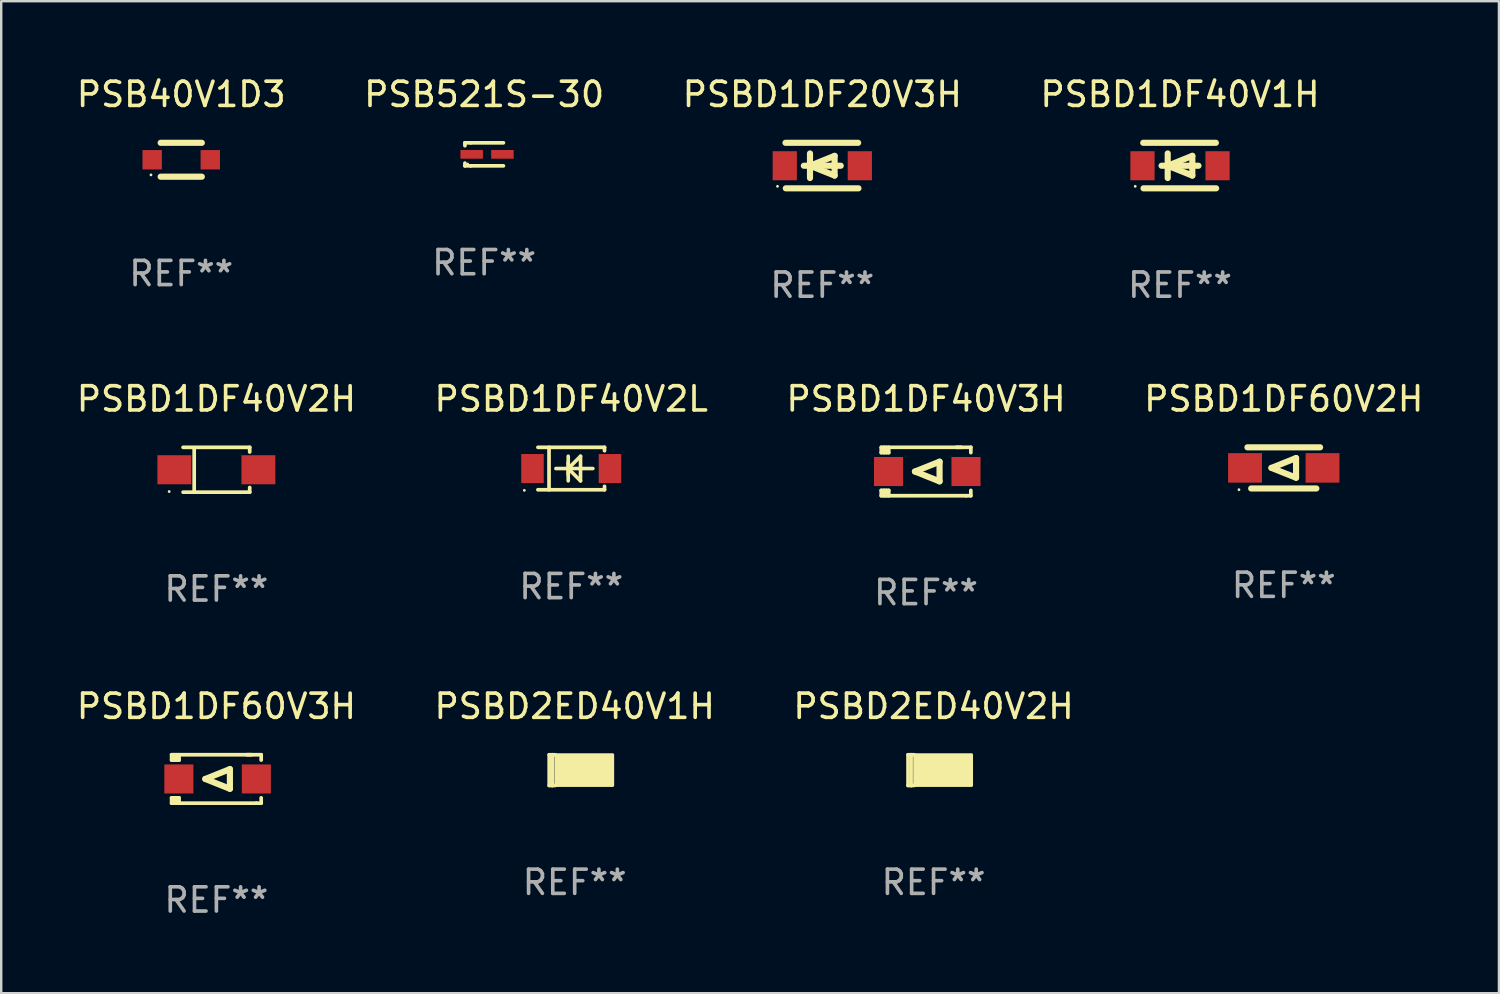
<source format=kicad_pcb>
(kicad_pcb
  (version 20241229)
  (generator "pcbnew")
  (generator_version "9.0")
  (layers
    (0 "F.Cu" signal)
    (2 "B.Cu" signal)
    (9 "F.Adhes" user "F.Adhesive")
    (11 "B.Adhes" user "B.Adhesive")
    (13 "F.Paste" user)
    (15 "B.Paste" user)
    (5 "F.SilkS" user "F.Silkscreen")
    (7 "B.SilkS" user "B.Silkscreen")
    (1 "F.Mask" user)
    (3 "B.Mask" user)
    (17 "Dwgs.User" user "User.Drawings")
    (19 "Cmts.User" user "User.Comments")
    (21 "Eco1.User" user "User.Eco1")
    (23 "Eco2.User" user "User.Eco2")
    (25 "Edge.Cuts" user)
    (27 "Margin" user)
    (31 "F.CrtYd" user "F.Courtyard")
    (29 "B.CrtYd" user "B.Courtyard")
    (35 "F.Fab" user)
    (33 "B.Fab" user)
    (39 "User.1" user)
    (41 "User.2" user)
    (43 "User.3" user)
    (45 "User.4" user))
  (footprint "PSBD1DF40V2L"
    (layer "F.Cu")
    (at 20.542 16.301)
    (property "Reference" "PSBD1DF40V2L" (at 0 -2.876 0) (layer "F.SilkS") (effects (font (size 1 1) (thickness 0.15))))
    (attr through_hole)
    (fp_line (start -1.376 -0.876) (end 1.376 -0.876) (stroke (width 0.152) (type solid)) (layer "F.SilkS"))
    (fp_line (start -1.376 0.876) (end 1.376 0.876) (stroke (width 0.152) (type solid)) (layer "F.SilkS"))
    (fp_line (start -0.917 -0.876) (end -0.917 0.876) (stroke (width 0.152) (type solid)) (layer "F.SilkS"))
    (fp_line (start -0.632 0) (end 0.892 0) (stroke (width 0.15) (type solid)) (layer "F.SilkS"))
    (fp_line (start -0.124 -0.508) (end -0.124 0.508) (stroke (width 0.15) (type solid)) (layer "F.SilkS"))
    (fp_line (start -0.124 0) (end 0.384 -0.508) (stroke (width 0.15) (type solid)) (layer "F.SilkS"))
    (fp_line (start -0.124 0) (end 0.384 0.508) (stroke (width 0.15) (type solid)) (layer "F.SilkS"))
    (fp_line (start -0.124 0.254) (end -0.124 -0.254) (stroke (width 0.15) (type solid)) (layer "F.SilkS"))
    (fp_line (start 0.384 0.508) (end 0.384 -0.508) (stroke (width 0.15) (type solid)) (layer "F.SilkS"))
    (fp_line (start 1.376 -0.876) (end 1.375 -0.735) (stroke (width 0.152) (type solid)) (layer "F.SilkS"))
    (fp_line (start 1.376 0.876) (end 1.375 0.735) (stroke (width 0.152) (type solid)) (layer "F.SilkS"))
    (fp_circle (center -1.937 0.9) (end -1.907 0.9) (stroke (width 0.06) (type solid)) (fill no) (layer "F.SilkS"))
    (fp_text user "REF**" (at 0 4.876 0) (layer "F.Fab") (effects (font (size 1 1) (thickness 0.15))))
    (pad "1" smd rect (at -1.6 0 180) (size 0.93 1.2) (layers "F.Cu" "F.Mask" "F.Paste"))
    (pad "2" smd rect (at 1.6 0 180) (size 0.93 1.2) (layers "F.Cu" "F.Mask" "F.Paste")))
  (footprint "PSBD2ED40V2H"
    (layer "F.Cu")
    (at 35.506 28.756)
    (property "Reference" "PSBD2ED40V2H" (at 0 -2.635 0) (layer "F.SilkS") (effects (font (size 1 1) (thickness 0.15))))
    (attr through_hole)
    (fp_line (start -1.054 -0.635) (end -0.927 -0.635) (stroke (width 0.15) (type solid)) (layer "F.SilkS"))
    (fp_line (start -1.054 0.635) (end -1.054 -0.635) (stroke (width 0.15) (type solid)) (layer "F.SilkS"))
    (fp_line (start -0.927 -0.635) (end -0.8 -0.635) (stroke (width 0.15) (type solid)) (layer "F.SilkS"))
    (fp_line (start -0.927 0.635) (end -1.054 0.635) (stroke (width 0.15) (type solid)) (layer "F.SilkS"))
    (fp_line (start -0.927 0.635) (end -0.927 -0.635) (stroke (width 0.15) (type solid)) (layer "F.SilkS"))
    (fp_line (start -0.8 0.635) (end -0.927 0.635) (stroke (width 0.15) (type solid)) (layer "F.SilkS"))
    (fp_circle (center -0.551 0.4) (end -0.521 0.4) (stroke (width 0.06) (type solid)) (fill no) (layer "F.SilkS"))
    (fp_poly (pts (xy -0.78 -0.635) (xy 1.57 -0.635) (xy 1.57 0.635) (xy -0.78 0.635)) (stroke (width 0.12) (type solid)) (fill yes) (layer "F.SilkS"))
    (fp_text user "REF**" (at 0 4.635 0) (layer "F.Fab") (effects (font (size 1 1) (thickness 0.15))))
    (pad "1" smd rect (at -0.113 0 90) (size 0.8 1.01) (layers "F.Cu" "F.Mask" "F.Paste"))
    (pad "2" smd rect (at 1.054 0 90) (size 0.8 0.61) (layers "F.Cu" "F.Mask" "F.Paste")))
  (footprint "PSB521S-30"
    (layer "F.Cu")
    (at 16.946 3.324)
    (property "Reference" "PSB521S-30" (at 0 -2.476 0) (layer "F.SilkS") (effects (font (size 1 1) (thickness 0.15))))
    (attr through_hole)
    (fp_line (start -0.795 -0.476) (end -0.795 -0.356) (stroke (width 0.152) (type solid)) (layer "F.SilkS"))
    (fp_line (start -0.795 0.363) (end -0.795 0.476) (stroke (width 0.152) (type solid)) (layer "F.SilkS"))
    (fp_line (start -0.795 0.476) (end -0.557 0.476) (stroke (width 0.152) (type solid)) (layer "F.SilkS"))
    (fp_line (start -0.557 -0.476) (end -0.795 -0.476) (stroke (width 0.152) (type solid)) (layer "F.SilkS"))
    (fp_line (start -0.557 -0.476) (end 0.795 -0.476) (stroke (width 0.152) (type solid)) (layer "F.SilkS"))
    (fp_line (start -0.557 0.476) (end 0.795 0.476) (stroke (width 0.152) (type solid)) (layer "F.SilkS"))
    (fp_circle (center -0.681 0.4) (end -0.651 0.4) (stroke (width 0.06) (type solid)) (fill no) (layer "F.SilkS"))
    (fp_text user "REF**" (at 0 4.476 0) (layer "F.Fab") (effects (font (size 1 1) (thickness 0.15))))
    (pad "1" smd rect (at -0.516 0 180) (size 0.93 0.36) (layers "F.Cu" "F.Mask" "F.Paste"))
    (pad "2" smd rect (at 0.754 0 180) (size 0.93 0.36) (layers "F.Cu" "F.Mask" "F.Paste")))
  (footprint "PSBD1DF40V2H"
    (layer "F.Cu")
    (at 5.887 16.351)
    (property "Reference" "PSBD1DF40V2H" (at 0 -2.926 0) (layer "F.SilkS") (effects (font (size 1 1) (thickness 0.15))))
    (attr through_hole)
    (fp_line (start -1.376 -0.926) (end 1.376 -0.926) (stroke (width 0.152) (type solid)) (layer "F.SilkS"))
    (fp_line (start -1.376 0.926) (end 1.376 0.926) (stroke (width 0.152) (type solid)) (layer "F.SilkS"))
    (fp_line (start -0.917 -0.876) (end -0.917 0.876) (stroke (width 0.152) (type solid)) (layer "F.SilkS"))
    (fp_line (start 1.376 -0.926) (end 1.376 -0.733) (stroke (width 0.152) (type solid)) (layer "F.SilkS"))
    (fp_line (start 1.376 0.926) (end 1.376 0.733) (stroke (width 0.152) (type solid)) (layer "F.SilkS"))
    (fp_circle (center -1.95 0.9) (end -1.92 0.9) (stroke (width 0.06) (type solid)) (fill no) (layer "F.SilkS"))
    (fp_text user "REF**" (at 0 4.926 0) (layer "F.Fab") (effects (font (size 1 1) (thickness 0.15))))
    (pad "1" smd rect (at -1.735 0) (size 1.4 1.2) (layers "F.Cu" "F.Mask" "F.Paste"))
    (pad "2" smd rect (at 1.735 0) (size 1.4 1.2) (layers "F.Cu" "F.Mask" "F.Paste")))
  (footprint "PSBD1DF60V3H"
    (layer "F.Cu")
    (at 5.887 29.121)
    (property "Reference" "PSBD1DF60V3H" (at 0 -3 0) (layer "F.SilkS") (effects (font (size 1 1) (thickness 0.15))))
    (attr through_hole)
    (fp_line (start -1.85 -1) (end -1.85 -0.78) (stroke (width 0.152) (type solid)) (layer "F.SilkS"))
    (fp_line (start -1.85 0.78) (end -1.85 1) (stroke (width 0.152) (type solid)) (layer "F.SilkS"))
    (fp_line (start -1.85 1) (end 1.65 1) (stroke (width 0.152) (type solid)) (layer "F.SilkS"))
    (fp_line (start -1.741 -0.78) (end -1.741 -1) (stroke (width 0.152) (type solid)) (layer "F.SilkS"))
    (fp_line (start -1.741 1) (end -1.741 0.78) (stroke (width 0.152) (type solid)) (layer "F.SilkS"))
    (fp_line (start -1.641 -1) (end -1.641 -0.78) (stroke (width 0.152) (type solid)) (layer "F.SilkS"))
    (fp_line (start -1.641 0.78) (end -1.641 1) (stroke (width 0.152) (type solid)) (layer "F.SilkS"))
    (fp_line (start -1.541 -1) (end -1.541 -0.78) (stroke (width 0.152) (type solid)) (layer "F.SilkS"))
    (fp_line (start -1.541 -0.78) (end -1.85 -0.78) (stroke (width 0.152) (type solid)) (layer "F.SilkS"))
    (fp_line (start -1.541 0.78) (end -1.85 0.78) (stroke (width 0.152) (type solid)) (layer "F.SilkS"))
    (fp_line (start -1.541 0.78) (end -1.541 1) (stroke (width 0.152) (type solid)) (layer "F.SilkS"))
    (fp_line (start -0.458 0) (end 0.558 -0.406) (stroke (width 0.254) (type solid)) (layer "F.SilkS"))
    (fp_line (start 0.558 -0.406) (end 0.558 0.406) (stroke (width 0.254) (type solid)) (layer "F.SilkS"))
    (fp_line (start 0.558 0.406) (end -0.458 0) (stroke (width 0.254) (type solid)) (layer "F.SilkS"))
    (fp_line (start 1.45 -1) (end -1.85 -1) (stroke (width 0.152) (type solid)) (layer "F.SilkS"))
    (fp_line (start 1.65 1) (end 1.85 1) (stroke (width 0.152) (type solid)) (layer "F.SilkS"))
    (fp_line (start 1.85 -1) (end 1.25 -1) (stroke (width 0.152) (type solid)) (layer "F.SilkS"))
    (fp_line (start 1.85 -0.78) (end 1.85 -1) (stroke (width 0.152) (type solid)) (layer "F.SilkS"))
    (fp_line (start 1.85 1) (end 1.85 0.78) (stroke (width 0.152) (type solid)) (layer "F.SilkS"))
    (fp_circle (center -1.8 0.9) (end -1.77 0.9) (stroke (width 0.06) (type solid)) (fill no) (layer "F.SilkS"))
    (fp_text user "REF**" (at 0 5 0) (layer "F.Fab") (effects (font (size 1 1) (thickness 0.15))))
    (pad "1" smd rect (at -1.55 0.000051) (size 1.2 1.2) (layers "F.Cu" "F.Mask" "F.Paste"))
    (pad "2" smd rect (at 1.65 0.000051) (size 1.2 1.2) (layers "F.Cu" "F.Mask" "F.Paste")))
  (footprint "PSBD1DF20V3H"
    (layer "F.Cu")
    (at 30.911 3.788)
    (property "Reference" "PSBD1DF20V3H" (at 0 -2.94 0) (layer "F.SilkS") (effects (font (size 1 1) (thickness 0.15))))
    (attr through_hole)
    (fp_line (start -1.52 -0.94) (end 1.48 -0.94) (stroke (width 0.254) (type solid)) (layer "F.SilkS"))
    (fp_line (start -1.507 0.94) (end 1.493 0.94) (stroke (width 0.254) (type solid)) (layer "F.SilkS"))
    (fp_line (start -0.762 0.007) (end 0.762 0.007) (stroke (width 0.254) (type solid)) (layer "F.SilkS"))
    (fp_line (start -0.508 -0.501) (end -0.508 0.515) (stroke (width 0.254) (type solid)) (layer "F.SilkS"))
    (fp_line (start -0.508 0.007) (end 0.508 -0.4) (stroke (width 0.254) (type solid)) (layer "F.SilkS"))
    (fp_line (start 0.508 -0.4) (end 0.508 0.413) (stroke (width 0.254) (type solid)) (layer "F.SilkS"))
    (fp_line (start 0.508 0.413) (end -0.508 0.007) (stroke (width 0.254) (type solid)) (layer "F.SilkS"))
    (fp_circle (center -1.85 0.857) (end -1.82 0.857) (stroke (width 0.06) (type solid)) (fill no) (layer "F.SilkS"))
    (fp_text user "REF**" (at 0 4.94 0) (layer "F.Fab") (effects (font (size 1 1) (thickness 0.15))))
    (pad "1" smd rect (at -1.55 0.007) (size 1 1.2) (layers "F.Cu" "F.Mask" "F.Paste"))
    (pad "2" smd rect (at 1.55 0.007) (size 1 1.2) (layers "F.Cu" "F.Mask" "F.Paste")))
  (footprint "PSBD1DF60V2H"
    (layer "F.Cu")
    (at 49.97 16.274)
    (property "Reference" "PSBD1DF60V2H" (at 0 -2.85 0) (layer "F.SilkS") (effects (font (size 1 1) (thickness 0.15))))
    (attr through_hole)
    (fp_line (start -1.346 0.85) (end 1.346 0.85) (stroke (width 0.254) (type solid)) (layer "F.SilkS"))
    (fp_line (start -0.508 0) (end 0.508 -0.406) (stroke (width 0.254) (type solid)) (layer "F.SilkS"))
    (fp_line (start 0.508 -0.406) (end 0.508 0.406) (stroke (width 0.254) (type solid)) (layer "F.SilkS"))
    (fp_line (start 0.508 0.406) (end -0.508 0) (stroke (width 0.254) (type solid)) (layer "F.SilkS"))
    (fp_line (start 1.5 -0.85) (end -1.5 -0.85) (stroke (width 0.254) (type solid)) (layer "F.SilkS"))
    (fp_circle (center -1.85 0.9) (end -1.82 0.9) (stroke (width 0.06) (type solid)) (fill no) (layer "F.SilkS"))
    (fp_text user "REF**" (at 0 4.85 0) (layer "F.Fab") (effects (font (size 1 1) (thickness 0.15))))
    (pad "1" smd rect (at -1.6 0) (size 1.4 1.219) (layers "F.Cu" "F.Mask" "F.Paste"))
    (pad "2" smd rect (at 1.6 0) (size 1.4 1.219) (layers "F.Cu" "F.Mask" "F.Paste")))
  (footprint "PSBD1DF40V1H"
    (layer "F.Cu")
    (at 45.685 3.788)
    (property "Reference" "PSBD1DF40V1H" (at 0 -2.94 0) (layer "F.SilkS") (effects (font (size 1 1) (thickness 0.15))))
    (attr through_hole)
    (fp_line (start -1.52 -0.94) (end 1.48 -0.94) (stroke (width 0.254) (type solid)) (layer "F.SilkS"))
    (fp_line (start -1.507 0.94) (end 1.493 0.94) (stroke (width 0.254) (type solid)) (layer "F.SilkS"))
    (fp_line (start -0.762 0.007) (end 0.762 0.007) (stroke (width 0.254) (type solid)) (layer "F.SilkS"))
    (fp_line (start -0.508 -0.501) (end -0.508 0.515) (stroke (width 0.254) (type solid)) (layer "F.SilkS"))
    (fp_line (start -0.508 0.007) (end 0.508 -0.4) (stroke (width 0.254) (type solid)) (layer "F.SilkS"))
    (fp_line (start 0.508 -0.4) (end 0.508 0.413) (stroke (width 0.254) (type solid)) (layer "F.SilkS"))
    (fp_line (start 0.508 0.413) (end -0.508 0.007) (stroke (width 0.254) (type solid)) (layer "F.SilkS"))
    (fp_circle (center -1.85 0.857) (end -1.82 0.857) (stroke (width 0.06) (type solid)) (fill no) (layer "F.SilkS"))
    (fp_text user "REF**" (at 0 4.94 0) (layer "F.Fab") (effects (font (size 1 1) (thickness 0.15))))
    (pad "1" smd rect (at -1.55 0.007) (size 1 1.2) (layers "F.Cu" "F.Mask" "F.Paste"))
    (pad "2" smd rect (at 1.55 0.007) (size 1 1.2) (layers "F.Cu" "F.Mask" "F.Paste")))
  (footprint "PSBD1DF40V3H"
    (layer "F.Cu")
    (at 35.196 16.424)
    (property "Reference" "PSBD1DF40V3H" (at 0 -3 0) (layer "F.SilkS") (effects (font (size 1 1) (thickness 0.15))))
    (attr through_hole)
    (fp_line (start -1.85 -1) (end -1.85 -0.78) (stroke (width 0.152) (type solid)) (layer "F.SilkS"))
    (fp_line (start -1.85 0.78) (end -1.85 1) (stroke (width 0.152) (type solid)) (layer "F.SilkS"))
    (fp_line (start -1.85 1) (end 1.65 1) (stroke (width 0.152) (type solid)) (layer "F.SilkS"))
    (fp_line (start -1.741 -0.78) (end -1.741 -1) (stroke (width 0.152) (type solid)) (layer "F.SilkS"))
    (fp_line (start -1.741 1) (end -1.741 0.78) (stroke (width 0.152) (type solid)) (layer "F.SilkS"))
    (fp_line (start -1.641 -1) (end -1.641 -0.78) (stroke (width 0.152) (type solid)) (layer "F.SilkS"))
    (fp_line (start -1.641 0.78) (end -1.641 1) (stroke (width 0.152) (type solid)) (layer "F.SilkS"))
    (fp_line (start -1.541 -1) (end -1.541 -0.78) (stroke (width 0.152) (type solid)) (layer "F.SilkS"))
    (fp_line (start -1.541 -0.78) (end -1.85 -0.78) (stroke (width 0.152) (type solid)) (layer "F.SilkS"))
    (fp_line (start -1.541 0.78) (end -1.85 0.78) (stroke (width 0.152) (type solid)) (layer "F.SilkS"))
    (fp_line (start -1.541 0.78) (end -1.541 1) (stroke (width 0.152) (type solid)) (layer "F.SilkS"))
    (fp_line (start -0.458 0) (end 0.558 -0.406) (stroke (width 0.254) (type solid)) (layer "F.SilkS"))
    (fp_line (start 0.558 -0.406) (end 0.558 0.406) (stroke (width 0.254) (type solid)) (layer "F.SilkS"))
    (fp_line (start 0.558 0.406) (end -0.458 0) (stroke (width 0.254) (type solid)) (layer "F.SilkS"))
    (fp_line (start 1.45 -1) (end -1.85 -1) (stroke (width 0.152) (type solid)) (layer "F.SilkS"))
    (fp_line (start 1.65 1) (end 1.85 1) (stroke (width 0.152) (type solid)) (layer "F.SilkS"))
    (fp_line (start 1.85 -1) (end 1.25 -1) (stroke (width 0.152) (type solid)) (layer "F.SilkS"))
    (fp_line (start 1.85 -0.78) (end 1.85 -1) (stroke (width 0.152) (type solid)) (layer "F.SilkS"))
    (fp_line (start 1.85 1) (end 1.85 0.78) (stroke (width 0.152) (type solid)) (layer "F.SilkS"))
    (fp_circle (center -1.8 0.9) (end -1.77 0.9) (stroke (width 0.06) (type solid)) (fill no) (layer "F.SilkS"))
    (fp_text user "REF**" (at 0 5 0) (layer "F.Fab") (effects (font (size 1 1) (thickness 0.15))))
    (pad "1" smd rect (at -1.55 0.000051) (size 1.2 1.2) (layers "F.Cu" "F.Mask" "F.Paste"))
    (pad "2" smd rect (at 1.65 0.000051) (size 1.2 1.2) (layers "F.Cu" "F.Mask" "F.Paste")))
  (footprint "PSBD2ED40V1H"
    (layer "F.Cu")
    (at 20.685 28.756)
    (property "Reference" "PSBD2ED40V1H" (at 0 -2.635 0) (layer "F.SilkS") (effects (font (size 1 1) (thickness 0.15))))
    (attr through_hole)
    (fp_line (start -1.054 -0.635) (end -0.927 -0.635) (stroke (width 0.15) (type solid)) (layer "F.SilkS"))
    (fp_line (start -1.054 0.635) (end -1.054 -0.635) (stroke (width 0.15) (type solid)) (layer "F.SilkS"))
    (fp_line (start -0.927 -0.635) (end -0.8 -0.635) (stroke (width 0.15) (type solid)) (layer "F.SilkS"))
    (fp_line (start -0.927 0.635) (end -1.054 0.635) (stroke (width 0.15) (type solid)) (layer "F.SilkS"))
    (fp_line (start -0.927 0.635) (end -0.927 -0.635) (stroke (width 0.15) (type solid)) (layer "F.SilkS"))
    (fp_line (start -0.8 0.635) (end -0.927 0.635) (stroke (width 0.15) (type solid)) (layer "F.SilkS"))
    (fp_circle (center -0.551 0.4) (end -0.521 0.4) (stroke (width 0.06) (type solid)) (fill no) (layer "F.SilkS"))
    (fp_poly (pts (xy -0.78 -0.635) (xy 1.57 -0.635) (xy 1.57 0.635) (xy -0.78 0.635)) (stroke (width 0.12) (type solid)) (fill yes) (layer "F.SilkS"))
    (fp_text user "REF**" (at 0 4.635 0) (layer "F.Fab") (effects (font (size 1 1) (thickness 0.15))))
    (pad "1" smd rect (at -0.113 0 90) (size 0.8 1.01) (layers "F.Cu" "F.Mask" "F.Paste"))
    (pad "2" smd rect (at 1.054 0 90) (size 0.8 0.61) (layers "F.Cu" "F.Mask" "F.Paste")))
  (footprint "PSB40V1D3"
    (layer "F.Cu")
    (at 4.435 3.548)
    (property "Reference" "PSB40V1D3" (at 0 -2.7 0) (layer "F.SilkS") (effects (font (size 1 1) (thickness 0.15))))
    (attr through_hole)
    (fp_line (start -0.85 -0.7) (end 0.85 -0.7) (stroke (width 0.254) (type solid)) (layer "F.SilkS"))
    (fp_line (start -0.85 0.7) (end 0.85 0.7) (stroke (width 0.254) (type solid)) (layer "F.SilkS"))
    (fp_circle (center -1.25 0.625) (end -1.22 0.625) (stroke (width 0.06) (type solid)) (fill no) (layer "F.SilkS"))
    (fp_text user "REF**" (at 0 4.7 0) (layer "F.Fab") (effects (font (size 1 1) (thickness 0.15))))
    (pad "1" smd rect (at -1.2 0) (size 0.8 0.8) (layers "F.Cu" "F.Mask" "F.Paste"))
    (pad "2" smd rect (at 1.2 0) (size 0.8 0.8) (layers "F.Cu" "F.Mask" "F.Paste")))
  (gr_rect
    (start -3 -3)
    (end 58.857 37.969)
    (stroke (width 0.1) (type default))
    (fill no)
    (layer "Edge.Cuts")))
</source>
